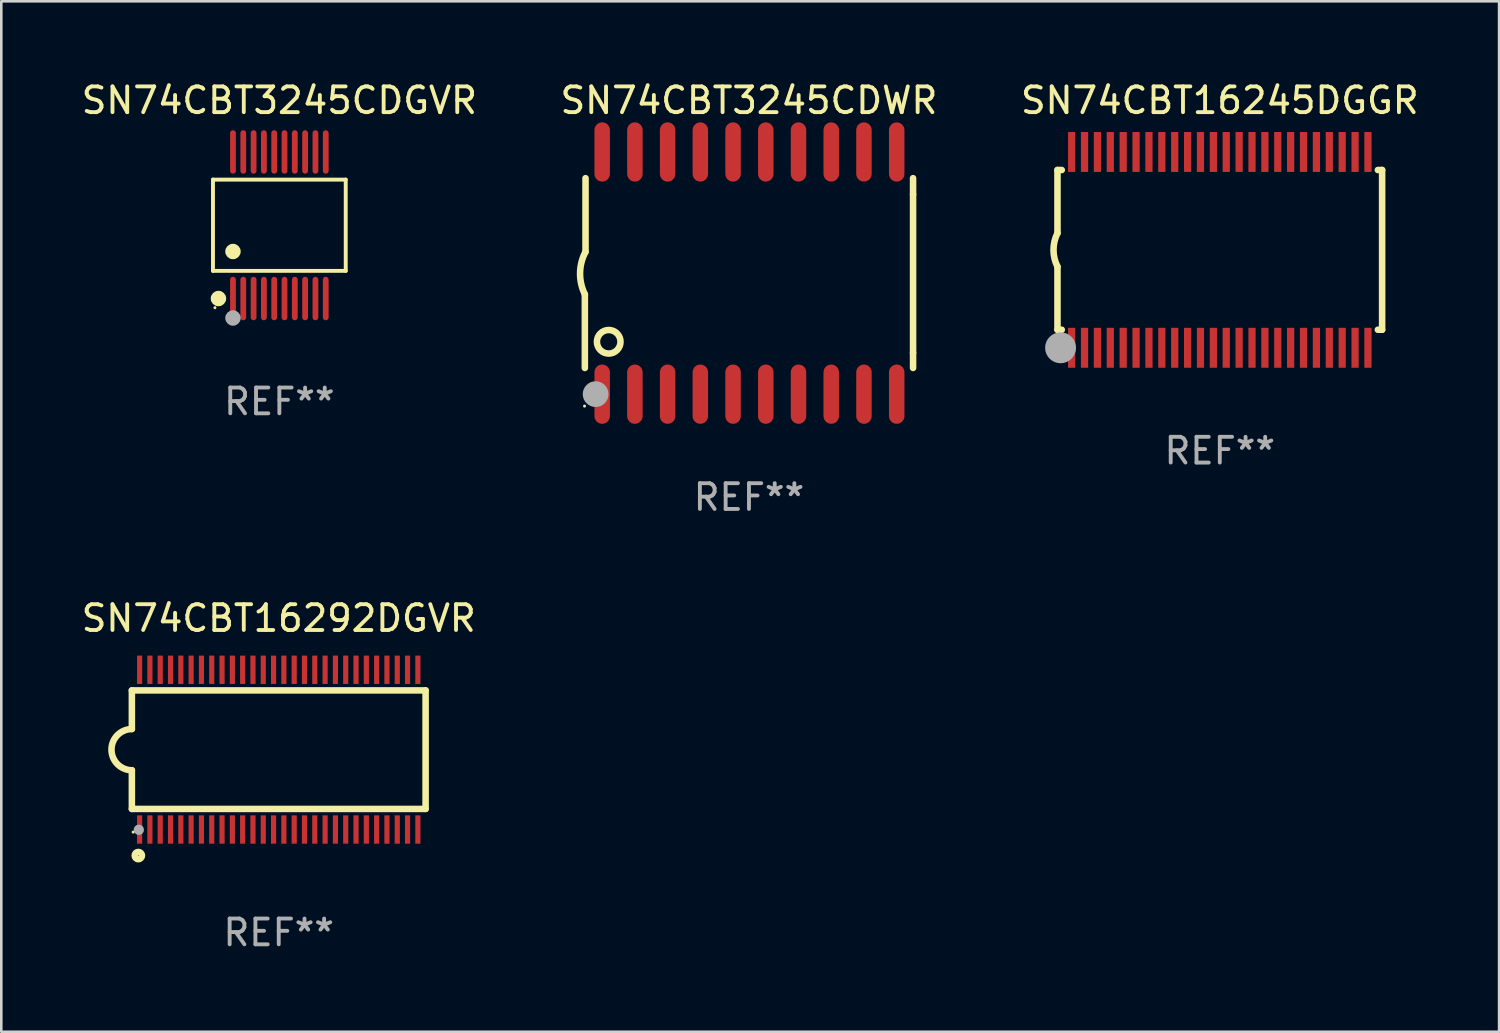
<source format=kicad_pcb>
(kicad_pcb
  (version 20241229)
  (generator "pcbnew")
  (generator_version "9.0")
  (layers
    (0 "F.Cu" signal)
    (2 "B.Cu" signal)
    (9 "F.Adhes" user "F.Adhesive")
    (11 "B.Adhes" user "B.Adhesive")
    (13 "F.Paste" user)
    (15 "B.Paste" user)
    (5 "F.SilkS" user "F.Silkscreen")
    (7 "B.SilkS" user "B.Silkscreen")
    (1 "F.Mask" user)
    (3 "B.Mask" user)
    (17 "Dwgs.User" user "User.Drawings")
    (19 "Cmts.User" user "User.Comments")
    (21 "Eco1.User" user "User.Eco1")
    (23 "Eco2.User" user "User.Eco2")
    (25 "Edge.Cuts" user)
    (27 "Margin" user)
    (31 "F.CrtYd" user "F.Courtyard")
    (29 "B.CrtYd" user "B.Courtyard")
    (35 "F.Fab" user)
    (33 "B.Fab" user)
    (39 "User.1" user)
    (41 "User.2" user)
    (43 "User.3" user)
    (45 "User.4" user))
  (footprint "SN74CBT16292DGVR"
    (layer "F.Cu")
    (at 7.768 26.045)
    (property "Reference" "SN74CBT16292DGVR" (at 0 -5.1 0) (layer "F.SilkS") (effects (font (size 1 1) (thickness 0.15))))
    (attr through_hole)
    (fp_line (start -5.7 -2.3) (end -5.7 -0.8) (stroke (width 0.254) (type solid)) (layer "F.SilkS"))
    (fp_line (start -5.7 -2.3) (end 5.7 -2.3) (stroke (width 0.254) (type solid)) (layer "F.SilkS"))
    (fp_line (start -5.7 2.3) (end -5.7 0.8) (stroke (width 0.254) (type solid)) (layer "F.SilkS"))
    (fp_line (start -5.7 2.3) (end 5.7 2.3) (stroke (width 0.254) (type solid)) (layer "F.SilkS"))
    (fp_line (start 5.7 -2.3) (end 5.7 2.3) (stroke (width 0.254) (type solid)) (layer "F.SilkS"))
    (fp_arc (start -5.700013 0.800025) (mid -6.500343 -0.000382) (end -5.699962 -0.800737) (stroke (width 0.254001) (type solid)) (layer "F.SilkS"))
    (fp_circle (center -5.65 3.2) (end -5.62 3.2) (stroke (width 0.06) (type solid)) (fill no) (layer "F.SilkS"))
    (fp_circle (center -5.45 4.11) (end -5.309 4.11) (stroke (width 0.254) (type solid)) (fill no) (layer "F.SilkS"))
    (fp_circle (center -5.43 3.11) (end -5.33 3.11) (stroke (width 0.2) (type solid)) (fill no) (layer "F.Fab"))
    (fp_text user "REF**" (at 0 7.1 0) (layer "F.Fab") (effects (font (size 1 1) (thickness 0.15))))
    (pad "1" smd rect (at -5.4 3.1) (size 0.2 1.1) (layers "F.Cu" "F.Mask" "F.Paste"))
    (pad "2" smd rect (at -5 3.1) (size 0.2 1.1) (layers "F.Cu" "F.Mask" "F.Paste"))
    (pad "3" smd rect (at -4.6 3.1) (size 0.2 1.1) (layers "F.Cu" "F.Mask" "F.Paste"))
    (pad "4" smd rect (at -4.2 3.1) (size 0.2 1.1) (layers "F.Cu" "F.Mask" "F.Paste"))
    (pad "5" smd rect (at -3.8 3.1) (size 0.2 1.1) (layers "F.Cu" "F.Mask" "F.Paste"))
    (pad "6" smd rect (at -3.4 3.1) (size 0.2 1.1) (layers "F.Cu" "F.Mask" "F.Paste"))
    (pad "7" smd rect (at -3 3.1) (size 0.2 1.1) (layers "F.Cu" "F.Mask" "F.Paste"))
    (pad "8" smd rect (at -2.6 3.1) (size 0.2 1.1) (layers "F.Cu" "F.Mask" "F.Paste"))
    (pad "9" smd rect (at -2.2 3.1) (size 0.2 1.1) (layers "F.Cu" "F.Mask" "F.Paste"))
    (pad "10" smd rect (at -1.8 3.1) (size 0.2 1.1) (layers "F.Cu" "F.Mask" "F.Paste"))
    (pad "11" smd rect (at -1.4 3.1) (size 0.2 1.1) (layers "F.Cu" "F.Mask" "F.Paste"))
    (pad "12" smd rect (at -1 3.1) (size 0.2 1.1) (layers "F.Cu" "F.Mask" "F.Paste"))
    (pad "13" smd rect (at -0.6 3.1) (size 0.2 1.1) (layers "F.Cu" "F.Mask" "F.Paste"))
    (pad "14" smd rect (at -0.2 3.1) (size 0.2 1.1) (layers "F.Cu" "F.Mask" "F.Paste"))
    (pad "15" smd rect (at 0.2 3.1) (size 0.2 1.1) (layers "F.Cu" "F.Mask" "F.Paste"))
    (pad "16" smd rect (at 0.6 3.1) (size 0.2 1.1) (layers "F.Cu" "F.Mask" "F.Paste"))
    (pad "17" smd rect (at 1 3.1) (size 0.2 1.1) (layers "F.Cu" "F.Mask" "F.Paste"))
    (pad "18" smd rect (at 1.4 3.1) (size 0.2 1.1) (layers "F.Cu" "F.Mask" "F.Paste"))
    (pad "19" smd rect (at 1.8 3.1) (size 0.2 1.1) (layers "F.Cu" "F.Mask" "F.Paste"))
    (pad "20" smd rect (at 2.2 3.1) (size 0.2 1.1) (layers "F.Cu" "F.Mask" "F.Paste"))
    (pad "21" smd rect (at 2.6 3.1) (size 0.2 1.1) (layers "F.Cu" "F.Mask" "F.Paste"))
    (pad "22" smd rect (at 3 3.1) (size 0.2 1.1) (layers "F.Cu" "F.Mask" "F.Paste"))
    (pad "23" smd rect (at 3.4 3.1) (size 0.2 1.1) (layers "F.Cu" "F.Mask" "F.Paste"))
    (pad "24" smd rect (at 3.8 3.1) (size 0.2 1.1) (layers "F.Cu" "F.Mask" "F.Paste"))
    (pad "25" smd rect (at 4.2 3.1) (size 0.2 1.1) (layers "F.Cu" "F.Mask" "F.Paste"))
    (pad "26" smd rect (at 4.6 3.1) (size 0.2 1.1) (layers "F.Cu" "F.Mask" "F.Paste"))
    (pad "27" smd rect (at 5 3.1) (size 0.2 1.1) (layers "F.Cu" "F.Mask" "F.Paste"))
    (pad "28" smd rect (at 5.4 3.1) (size 0.2 1.1) (layers "F.Cu" "F.Mask" "F.Paste"))
    (pad "29" smd rect (at 5.4 -3.1) (size 0.2 1.1) (layers "F.Cu" "F.Mask" "F.Paste"))
    (pad "30" smd rect (at 5 -3.1) (size 0.2 1.1) (layers "F.Cu" "F.Mask" "F.Paste"))
    (pad "31" smd rect (at 4.6 -3.1) (size 0.2 1.1) (layers "F.Cu" "F.Mask" "F.Paste"))
    (pad "32" smd rect (at 4.2 -3.1) (size 0.2 1.1) (layers "F.Cu" "F.Mask" "F.Paste"))
    (pad "33" smd rect (at 3.8 -3.1) (size 0.2 1.1) (layers "F.Cu" "F.Mask" "F.Paste"))
    (pad "34" smd rect (at 3.4 -3.1) (size 0.2 1.1) (layers "F.Cu" "F.Mask" "F.Paste"))
    (pad "35" smd rect (at 3 -3.1) (size 0.2 1.1) (layers "F.Cu" "F.Mask" "F.Paste"))
    (pad "36" smd rect (at 2.6 -3.1) (size 0.2 1.1) (layers "F.Cu" "F.Mask" "F.Paste"))
    (pad "37" smd rect (at 2.2 -3.1) (size 0.2 1.1) (layers "F.Cu" "F.Mask" "F.Paste"))
    (pad "38" smd rect (at 1.8 -3.1) (size 0.2 1.1) (layers "F.Cu" "F.Mask" "F.Paste"))
    (pad "39" smd rect (at 1.4 -3.1) (size 0.2 1.1) (layers "F.Cu" "F.Mask" "F.Paste"))
    (pad "40" smd rect (at 1 -3.1) (size 0.2 1.1) (layers "F.Cu" "F.Mask" "F.Paste"))
    (pad "41" smd rect (at 0.6 -3.1) (size 0.2 1.1) (layers "F.Cu" "F.Mask" "F.Paste"))
    (pad "42" smd rect (at 0.2 -3.1) (size 0.2 1.1) (layers "F.Cu" "F.Mask" "F.Paste"))
    (pad "43" smd rect (at -0.2 -3.1) (size 0.2 1.1) (layers "F.Cu" "F.Mask" "F.Paste"))
    (pad "44" smd rect (at -0.6 -3.1) (size 0.2 1.1) (layers "F.Cu" "F.Mask" "F.Paste"))
    (pad "45" smd rect (at -1 -3.1) (size 0.2 1.1) (layers "F.Cu" "F.Mask" "F.Paste"))
    (pad "46" smd rect (at -1.4 -3.1) (size 0.2 1.1) (layers "F.Cu" "F.Mask" "F.Paste"))
    (pad "47" smd rect (at -1.8 -3.1) (size 0.2 1.1) (layers "F.Cu" "F.Mask" "F.Paste"))
    (pad "48" smd rect (at -2.2 -3.1) (size 0.2 1.1) (layers "F.Cu" "F.Mask" "F.Paste"))
    (pad "49" smd rect (at -2.6 -3.1) (size 0.2 1.1) (layers "F.Cu" "F.Mask" "F.Paste"))
    (pad "50" smd rect (at -3 -3.1) (size 0.2 1.1) (layers "F.Cu" "F.Mask" "F.Paste"))
    (pad "51" smd rect (at -3.4 -3.1) (size 0.2 1.1) (layers "F.Cu" "F.Mask" "F.Paste"))
    (pad "52" smd rect (at -3.8 -3.1) (size 0.2 1.1) (layers "F.Cu" "F.Mask" "F.Paste"))
    (pad "53" smd rect (at -4.2 -3.1) (size 0.2 1.1) (layers "F.Cu" "F.Mask" "F.Paste"))
    (pad "54" smd rect (at -4.6 -3.1) (size 0.2 1.1) (layers "F.Cu" "F.Mask" "F.Paste"))
    (pad "55" smd rect (at -5 -3.1) (size 0.2 1.1) (layers "F.Cu" "F.Mask" "F.Paste"))
    (pad "56" smd rect (at -5.4 -3.1) (size 0.2 1.1) (layers "F.Cu" "F.Mask" "F.Paste")))
  (footprint "SN74CBT16245DGGR"
    (layer "F.Cu")
    (at 44.292 6.648)
    (property "Reference" "SN74CBT16245DGGR" (at 0 -5.8 0) (layer "F.SilkS") (effects (font (size 1 1) (thickness 0.15))))
    (attr through_hole)
    (fp_line (start -6.3 -3.1) (end -6.3 -0.65) (stroke (width 0.254) (type solid)) (layer "F.SilkS"))
    (fp_line (start -6.3 -3.1) (end -6.134 -3.1) (stroke (width 0.254) (type solid)) (layer "F.SilkS"))
    (fp_line (start -6.3 3.1) (end -6.3 0.65) (stroke (width 0.254) (type solid)) (layer "F.SilkS"))
    (fp_line (start -6.3 3.1) (end -6.134 3.1) (stroke (width 0.254) (type solid)) (layer "F.SilkS"))
    (fp_line (start 6.134 -3.1) (end 6.3 -3.1) (stroke (width 0.254) (type solid)) (layer "F.SilkS"))
    (fp_line (start 6.134 3.1) (end 6.3 3.1) (stroke (width 0.254) (type solid)) (layer "F.SilkS"))
    (fp_line (start 6.3 -3.1) (end 6.3 3.1) (stroke (width 0.254) (type solid)) (layer "F.SilkS"))
    (fp_arc (start -6.301016 0.650114) (mid -6.45413 -0.000082) (end -6.3 -0.650038) (stroke (width 0.254001) (type solid)) (layer "F.SilkS"))
    (fp_circle (center -6.35 3.81) (end -6.223 3.81) (stroke (width 0.254) (type solid)) (fill no) (layer "F.SilkS"))
    (fp_circle (center -6.25 4.05) (end -6.22 4.05) (stroke (width 0.06) (type solid)) (fill no) (layer "F.SilkS"))
    (fp_circle (center -6.18 3.8) (end -5.88 3.8) (stroke (width 0.6) (type solid)) (fill no) (layer "F.Fab"))
    (fp_text user "REF**" (at 0 7.8 0) (layer "F.Fab") (effects (font (size 1 1) (thickness 0.15))))
    (pad "1" smd rect (at -5.75 3.8) (size 0.28 1.55) (layers "F.Cu" "F.Mask" "F.Paste"))
    (pad "2" smd rect (at -5.25 3.8) (size 0.28 1.55) (layers "F.Cu" "F.Mask" "F.Paste"))
    (pad "3" smd rect (at -4.75 3.8) (size 0.28 1.55) (layers "F.Cu" "F.Mask" "F.Paste"))
    (pad "4" smd rect (at -4.25 3.8) (size 0.28 1.55) (layers "F.Cu" "F.Mask" "F.Paste"))
    (pad "5" smd rect (at -3.75 3.8) (size 0.28 1.55) (layers "F.Cu" "F.Mask" "F.Paste"))
    (pad "6" smd rect (at -3.25 3.8) (size 0.28 1.55) (layers "F.Cu" "F.Mask" "F.Paste"))
    (pad "7" smd rect (at -2.75 3.8) (size 0.28 1.55) (layers "F.Cu" "F.Mask" "F.Paste"))
    (pad "8" smd rect (at -2.25 3.8) (size 0.28 1.55) (layers "F.Cu" "F.Mask" "F.Paste"))
    (pad "9" smd rect (at -1.75 3.8) (size 0.28 1.55) (layers "F.Cu" "F.Mask" "F.Paste"))
    (pad "10" smd rect (at -1.25 3.8) (size 0.28 1.55) (layers "F.Cu" "F.Mask" "F.Paste"))
    (pad "11" smd rect (at -0.75 3.8) (size 0.28 1.55) (layers "F.Cu" "F.Mask" "F.Paste"))
    (pad "12" smd rect (at -0.25 3.8) (size 0.28 1.55) (layers "F.Cu" "F.Mask" "F.Paste"))
    (pad "13" smd rect (at 0.25 3.8) (size 0.28 1.55) (layers "F.Cu" "F.Mask" "F.Paste"))
    (pad "14" smd rect (at 0.75 3.8) (size 0.28 1.55) (layers "F.Cu" "F.Mask" "F.Paste"))
    (pad "15" smd rect (at 1.25 3.8) (size 0.28 1.55) (layers "F.Cu" "F.Mask" "F.Paste"))
    (pad "16" smd rect (at 1.75 3.8) (size 0.28 1.55) (layers "F.Cu" "F.Mask" "F.Paste"))
    (pad "17" smd rect (at 2.25 3.8) (size 0.28 1.55) (layers "F.Cu" "F.Mask" "F.Paste"))
    (pad "18" smd rect (at 2.75 3.8) (size 0.28 1.55) (layers "F.Cu" "F.Mask" "F.Paste"))
    (pad "19" smd rect (at 3.25 3.8) (size 0.28 1.55) (layers "F.Cu" "F.Mask" "F.Paste"))
    (pad "20" smd rect (at 3.75 3.8) (size 0.28 1.55) (layers "F.Cu" "F.Mask" "F.Paste"))
    (pad "21" smd rect (at 4.25 3.8) (size 0.28 1.55) (layers "F.Cu" "F.Mask" "F.Paste"))
    (pad "22" smd rect (at 4.75 3.8) (size 0.28 1.55) (layers "F.Cu" "F.Mask" "F.Paste"))
    (pad "23" smd rect (at 5.25 3.8) (size 0.28 1.55) (layers "F.Cu" "F.Mask" "F.Paste"))
    (pad "24" smd rect (at 5.75 3.8) (size 0.28 1.55) (layers "F.Cu" "F.Mask" "F.Paste"))
    (pad "25" smd rect (at 5.75 -3.8) (size 0.28 1.55) (layers "F.Cu" "F.Mask" "F.Paste"))
    (pad "26" smd rect (at 5.25 -3.8) (size 0.28 1.55) (layers "F.Cu" "F.Mask" "F.Paste"))
    (pad "27" smd rect (at 4.75 -3.8) (size 0.28 1.55) (layers "F.Cu" "F.Mask" "F.Paste"))
    (pad "28" smd rect (at 4.25 -3.8) (size 0.28 1.55) (layers "F.Cu" "F.Mask" "F.Paste"))
    (pad "29" smd rect (at 3.75 -3.8) (size 0.28 1.55) (layers "F.Cu" "F.Mask" "F.Paste"))
    (pad "30" smd rect (at 3.25 -3.8) (size 0.28 1.55) (layers "F.Cu" "F.Mask" "F.Paste"))
    (pad "31" smd rect (at 2.75 -3.8) (size 0.28 1.55) (layers "F.Cu" "F.Mask" "F.Paste"))
    (pad "32" smd rect (at 2.25 -3.8) (size 0.28 1.55) (layers "F.Cu" "F.Mask" "F.Paste"))
    (pad "33" smd rect (at 1.75 -3.8) (size 0.28 1.55) (layers "F.Cu" "F.Mask" "F.Paste"))
    (pad "34" smd rect (at 1.25 -3.8) (size 0.28 1.55) (layers "F.Cu" "F.Mask" "F.Paste"))
    (pad "35" smd rect (at 0.75 -3.8) (size 0.28 1.55) (layers "F.Cu" "F.Mask" "F.Paste"))
    (pad "36" smd rect (at 0.25 -3.8) (size 0.28 1.55) (layers "F.Cu" "F.Mask" "F.Paste"))
    (pad "37" smd rect (at -0.25 -3.8) (size 0.28 1.55) (layers "F.Cu" "F.Mask" "F.Paste"))
    (pad "38" smd rect (at -0.75 -3.8) (size 0.28 1.55) (layers "F.Cu" "F.Mask" "F.Paste"))
    (pad "39" smd rect (at -1.25 -3.8) (size 0.28 1.55) (layers "F.Cu" "F.Mask" "F.Paste"))
    (pad "40" smd rect (at -1.75 -3.8) (size 0.28 1.55) (layers "F.Cu" "F.Mask" "F.Paste"))
    (pad "41" smd rect (at -2.25 -3.8) (size 0.28 1.55) (layers "F.Cu" "F.Mask" "F.Paste"))
    (pad "42" smd rect (at -2.75 -3.8) (size 0.28 1.55) (layers "F.Cu" "F.Mask" "F.Paste"))
    (pad "43" smd rect (at -3.25 -3.8) (size 0.28 1.55) (layers "F.Cu" "F.Mask" "F.Paste"))
    (pad "44" smd rect (at -3.75 -3.8) (size 0.28 1.55) (layers "F.Cu" "F.Mask" "F.Paste"))
    (pad "45" smd rect (at -4.25 -3.8) (size 0.28 1.55) (layers "F.Cu" "F.Mask" "F.Paste"))
    (pad "46" smd rect (at -4.75 -3.8) (size 0.28 1.55) (layers "F.Cu" "F.Mask" "F.Paste"))
    (pad "47" smd rect (at -5.25 -3.8) (size 0.28 1.55) (layers "F.Cu" "F.Mask" "F.Paste"))
    (pad "48" smd rect (at -5.75 -3.8) (size 0.28 1.55) (layers "F.Cu" "F.Mask" "F.Paste")))
  (footprint "SN74CBT3245CDWR"
    (layer "F.Cu")
    (at 26.018 7.548)
    (property "Reference" "SN74CBT3245CDWR" (at 0 -6.7 0) (layer "F.SilkS") (effects (font (size 1 1) (thickness 0.15))))
    (attr through_hole)
    (fp_line (start -6.369 0.826) (end -6.369 3.683) (stroke (width 0.254) (type solid)) (layer "F.SilkS"))
    (fp_line (start -6.343 -0.825) (end -6.343 -3.683) (stroke (width 0.254) (type solid)) (layer "F.SilkS"))
    (fp_line (start 6.369 -3.048) (end 6.369 -3.683) (stroke (width 0.254) (type solid)) (layer "F.SilkS"))
    (fp_line (start 6.369 -3.048) (end 6.369 3.096) (stroke (width 0.254) (type solid)) (layer "F.SilkS"))
    (fp_line (start 6.369 3.096) (end 6.369 3.683) (stroke (width 0.254) (type solid)) (layer "F.SilkS"))
    (fp_arc (start -6.36853 0.825552) (mid -6.554743 -0.00301) (end -6.343129 -0.825451) (stroke (width 0.254001) (type solid)) (layer "F.SilkS"))
    (fp_circle (center -6.382 5.163) (end -6.352 5.163) (stroke (width 0.06) (type solid)) (fill no) (layer "F.SilkS"))
    (fp_circle (center -5.443 2.667) (end -4.985 2.667) (stroke (width 0.254) (type solid)) (fill no) (layer "F.SilkS"))
    (fp_circle (center -5.951 4.699) (end -5.701 4.699) (stroke (width 0.5) (type solid)) (fill no) (layer "F.Fab"))
    (fp_text user "REF**" (at 0 8.7 0) (layer "F.Fab") (effects (font (size 1 1) (thickness 0.15))))
    (pad "1" smd oval (at -5.697 4.7 180) (size 0.6 2.3) (layers "F.Cu" "F.Mask" "F.Paste"))
    (pad "2" smd oval (at -4.427 4.7 180) (size 0.6 2.3) (layers "F.Cu" "F.Mask" "F.Paste"))
    (pad "3" smd oval (at -3.157 4.7 180) (size 0.6 2.3) (layers "F.Cu" "F.Mask" "F.Paste"))
    (pad "4" smd oval (at -1.887 4.7 180) (size 0.6 2.3) (layers "F.Cu" "F.Mask" "F.Paste"))
    (pad "5" smd oval (at -0.617 4.7 180) (size 0.6 2.3) (layers "F.Cu" "F.Mask" "F.Paste"))
    (pad "6" smd oval (at 0.653 4.7 180) (size 0.6 2.3) (layers "F.Cu" "F.Mask" "F.Paste"))
    (pad "7" smd oval (at 1.923 4.7 180) (size 0.6 2.3) (layers "F.Cu" "F.Mask" "F.Paste"))
    (pad "8" smd oval (at 3.193 4.7 180) (size 0.6 2.3) (layers "F.Cu" "F.Mask" "F.Paste"))
    (pad "9" smd oval (at 4.463 4.7 180) (size 0.6 2.3) (layers "F.Cu" "F.Mask" "F.Paste"))
    (pad "10" smd oval (at 5.734 4.7 180) (size 0.6 2.3) (layers "F.Cu" "F.Mask" "F.Paste"))
    (pad "11" smd oval (at 5.734 -4.7 180) (size 0.6 2.3) (layers "F.Cu" "F.Mask" "F.Paste"))
    (pad "12" smd oval (at 4.463 -4.7 180) (size 0.6 2.3) (layers "F.Cu" "F.Mask" "F.Paste"))
    (pad "13" smd oval (at 3.193 -4.7 180) (size 0.6 2.3) (layers "F.Cu" "F.Mask" "F.Paste"))
    (pad "14" smd oval (at 1.923 -4.7 180) (size 0.6 2.3) (layers "F.Cu" "F.Mask" "F.Paste"))
    (pad "15" smd oval (at 0.653 -4.7 180) (size 0.6 2.3) (layers "F.Cu" "F.Mask" "F.Paste"))
    (pad "16" smd oval (at -0.617 -4.7 180) (size 0.6 2.3) (layers "F.Cu" "F.Mask" "F.Paste"))
    (pad "17" smd oval (at -1.887 -4.7 180) (size 0.6 2.3) (layers "F.Cu" "F.Mask" "F.Paste"))
    (pad "18" smd oval (at -3.157 -4.7 180) (size 0.6 2.3) (layers "F.Cu" "F.Mask" "F.Paste"))
    (pad "19" smd oval (at -4.427 -4.7 180) (size 0.6 2.3) (layers "F.Cu" "F.Mask" "F.Paste"))
    (pad "20" smd oval (at -5.697 -4.7 180) (size 0.6 2.3) (layers "F.Cu" "F.Mask" "F.Paste")))
  (footprint "SN74CBT3245CDGVR"
    (layer "F.Cu")
    (at 7.792 5.692)
    (property "Reference" "SN74CBT3245CDGVR" (at 0 -4.844 0) (layer "F.SilkS") (effects (font (size 1 1) (thickness 0.15))))
    (attr through_hole)
    (fp_line (start -2.576 -1.771) (end 2.576 -1.771) (stroke (width 0.152) (type solid)) (layer "F.SilkS"))
    (fp_line (start -2.576 1.771) (end -2.576 -1.771) (stroke (width 0.152) (type solid)) (layer "F.SilkS"))
    (fp_line (start 2.576 -1.771) (end 2.576 1.771) (stroke (width 0.152) (type solid)) (layer "F.SilkS"))
    (fp_line (start 2.576 1.771) (end -2.576 1.771) (stroke (width 0.152) (type solid)) (layer "F.SilkS"))
    (fp_circle (center -2.5 3.2) (end -2.47 3.2) (stroke (width 0.06) (type solid)) (fill no) (layer "F.SilkS"))
    (fp_circle (center -2.364 2.844) (end -2.214 2.844) (stroke (width 0.3) (type solid)) (fill no) (layer "F.SilkS"))
    (fp_circle (center -1.8 1.019) (end -1.65 1.019) (stroke (width 0.3) (type solid)) (fill no) (layer "F.SilkS"))
    (fp_circle (center -1.8 3.6) (end -1.65 3.6) (stroke (width 0.3) (type solid)) (fill no) (layer "F.Fab"))
    (fp_text user "REF**" (at 0 6.844 0) (layer "F.Fab") (effects (font (size 1 1) (thickness 0.15))))
    (pad "1" smd oval (at -1.8 2.844) (size 0.224 1.687) (layers "F.Cu" "F.Mask" "F.Paste"))
    (pad "2" smd oval (at -1.4 2.844) (size 0.224 1.687) (layers "F.Cu" "F.Mask" "F.Paste"))
    (pad "3" smd oval (at -1 2.844) (size 0.224 1.687) (layers "F.Cu" "F.Mask" "F.Paste"))
    (pad "4" smd oval (at -0.6 2.844) (size 0.224 1.687) (layers "F.Cu" "F.Mask" "F.Paste"))
    (pad "5" smd oval (at -0.2 2.844) (size 0.224 1.687) (layers "F.Cu" "F.Mask" "F.Paste"))
    (pad "6" smd oval (at 0.2 2.844) (size 0.224 1.687) (layers "F.Cu" "F.Mask" "F.Paste"))
    (pad "7" smd oval (at 0.6 2.844) (size 0.224 1.687) (layers "F.Cu" "F.Mask" "F.Paste"))
    (pad "8" smd oval (at 1 2.844) (size 0.224 1.687) (layers "F.Cu" "F.Mask" "F.Paste"))
    (pad "9" smd oval (at 1.4 2.844) (size 0.224 1.687) (layers "F.Cu" "F.Mask" "F.Paste"))
    (pad "10" smd oval (at 1.8 2.844) (size 0.224 1.687) (layers "F.Cu" "F.Mask" "F.Paste"))
    (pad "11" smd oval (at 1.8 -2.844) (size 0.224 1.687) (layers "F.Cu" "F.Mask" "F.Paste"))
    (pad "12" smd oval (at 1.4 -2.844) (size 0.224 1.687) (layers "F.Cu" "F.Mask" "F.Paste"))
    (pad "13" smd oval (at 1 -2.844) (size 0.224 1.687) (layers "F.Cu" "F.Mask" "F.Paste"))
    (pad "14" smd oval (at 0.6 -2.844) (size 0.224 1.687) (layers "F.Cu" "F.Mask" "F.Paste"))
    (pad "15" smd oval (at 0.2 -2.844) (size 0.224 1.687) (layers "F.Cu" "F.Mask" "F.Paste"))
    (pad "16" smd oval (at -0.2 -2.844) (size 0.224 1.687) (layers "F.Cu" "F.Mask" "F.Paste"))
    (pad "17" smd oval (at -0.6 -2.844) (size 0.224 1.687) (layers "F.Cu" "F.Mask" "F.Paste"))
    (pad "18" smd oval (at -1 -2.844) (size 0.224 1.687) (layers "F.Cu" "F.Mask" "F.Paste"))
    (pad "19" smd oval (at -1.4 -2.844) (size 0.224 1.687) (layers "F.Cu" "F.Mask" "F.Paste"))
    (pad "20" smd oval (at -1.8 -2.844) (size 0.224 1.687) (layers "F.Cu" "F.Mask" "F.Paste")))
  (gr_rect
    (start -3 -3)
    (end 55.131 36.993)
    (stroke (width 0.1) (type default))
    (fill no)
    (layer "Edge.Cuts")))
</source>
